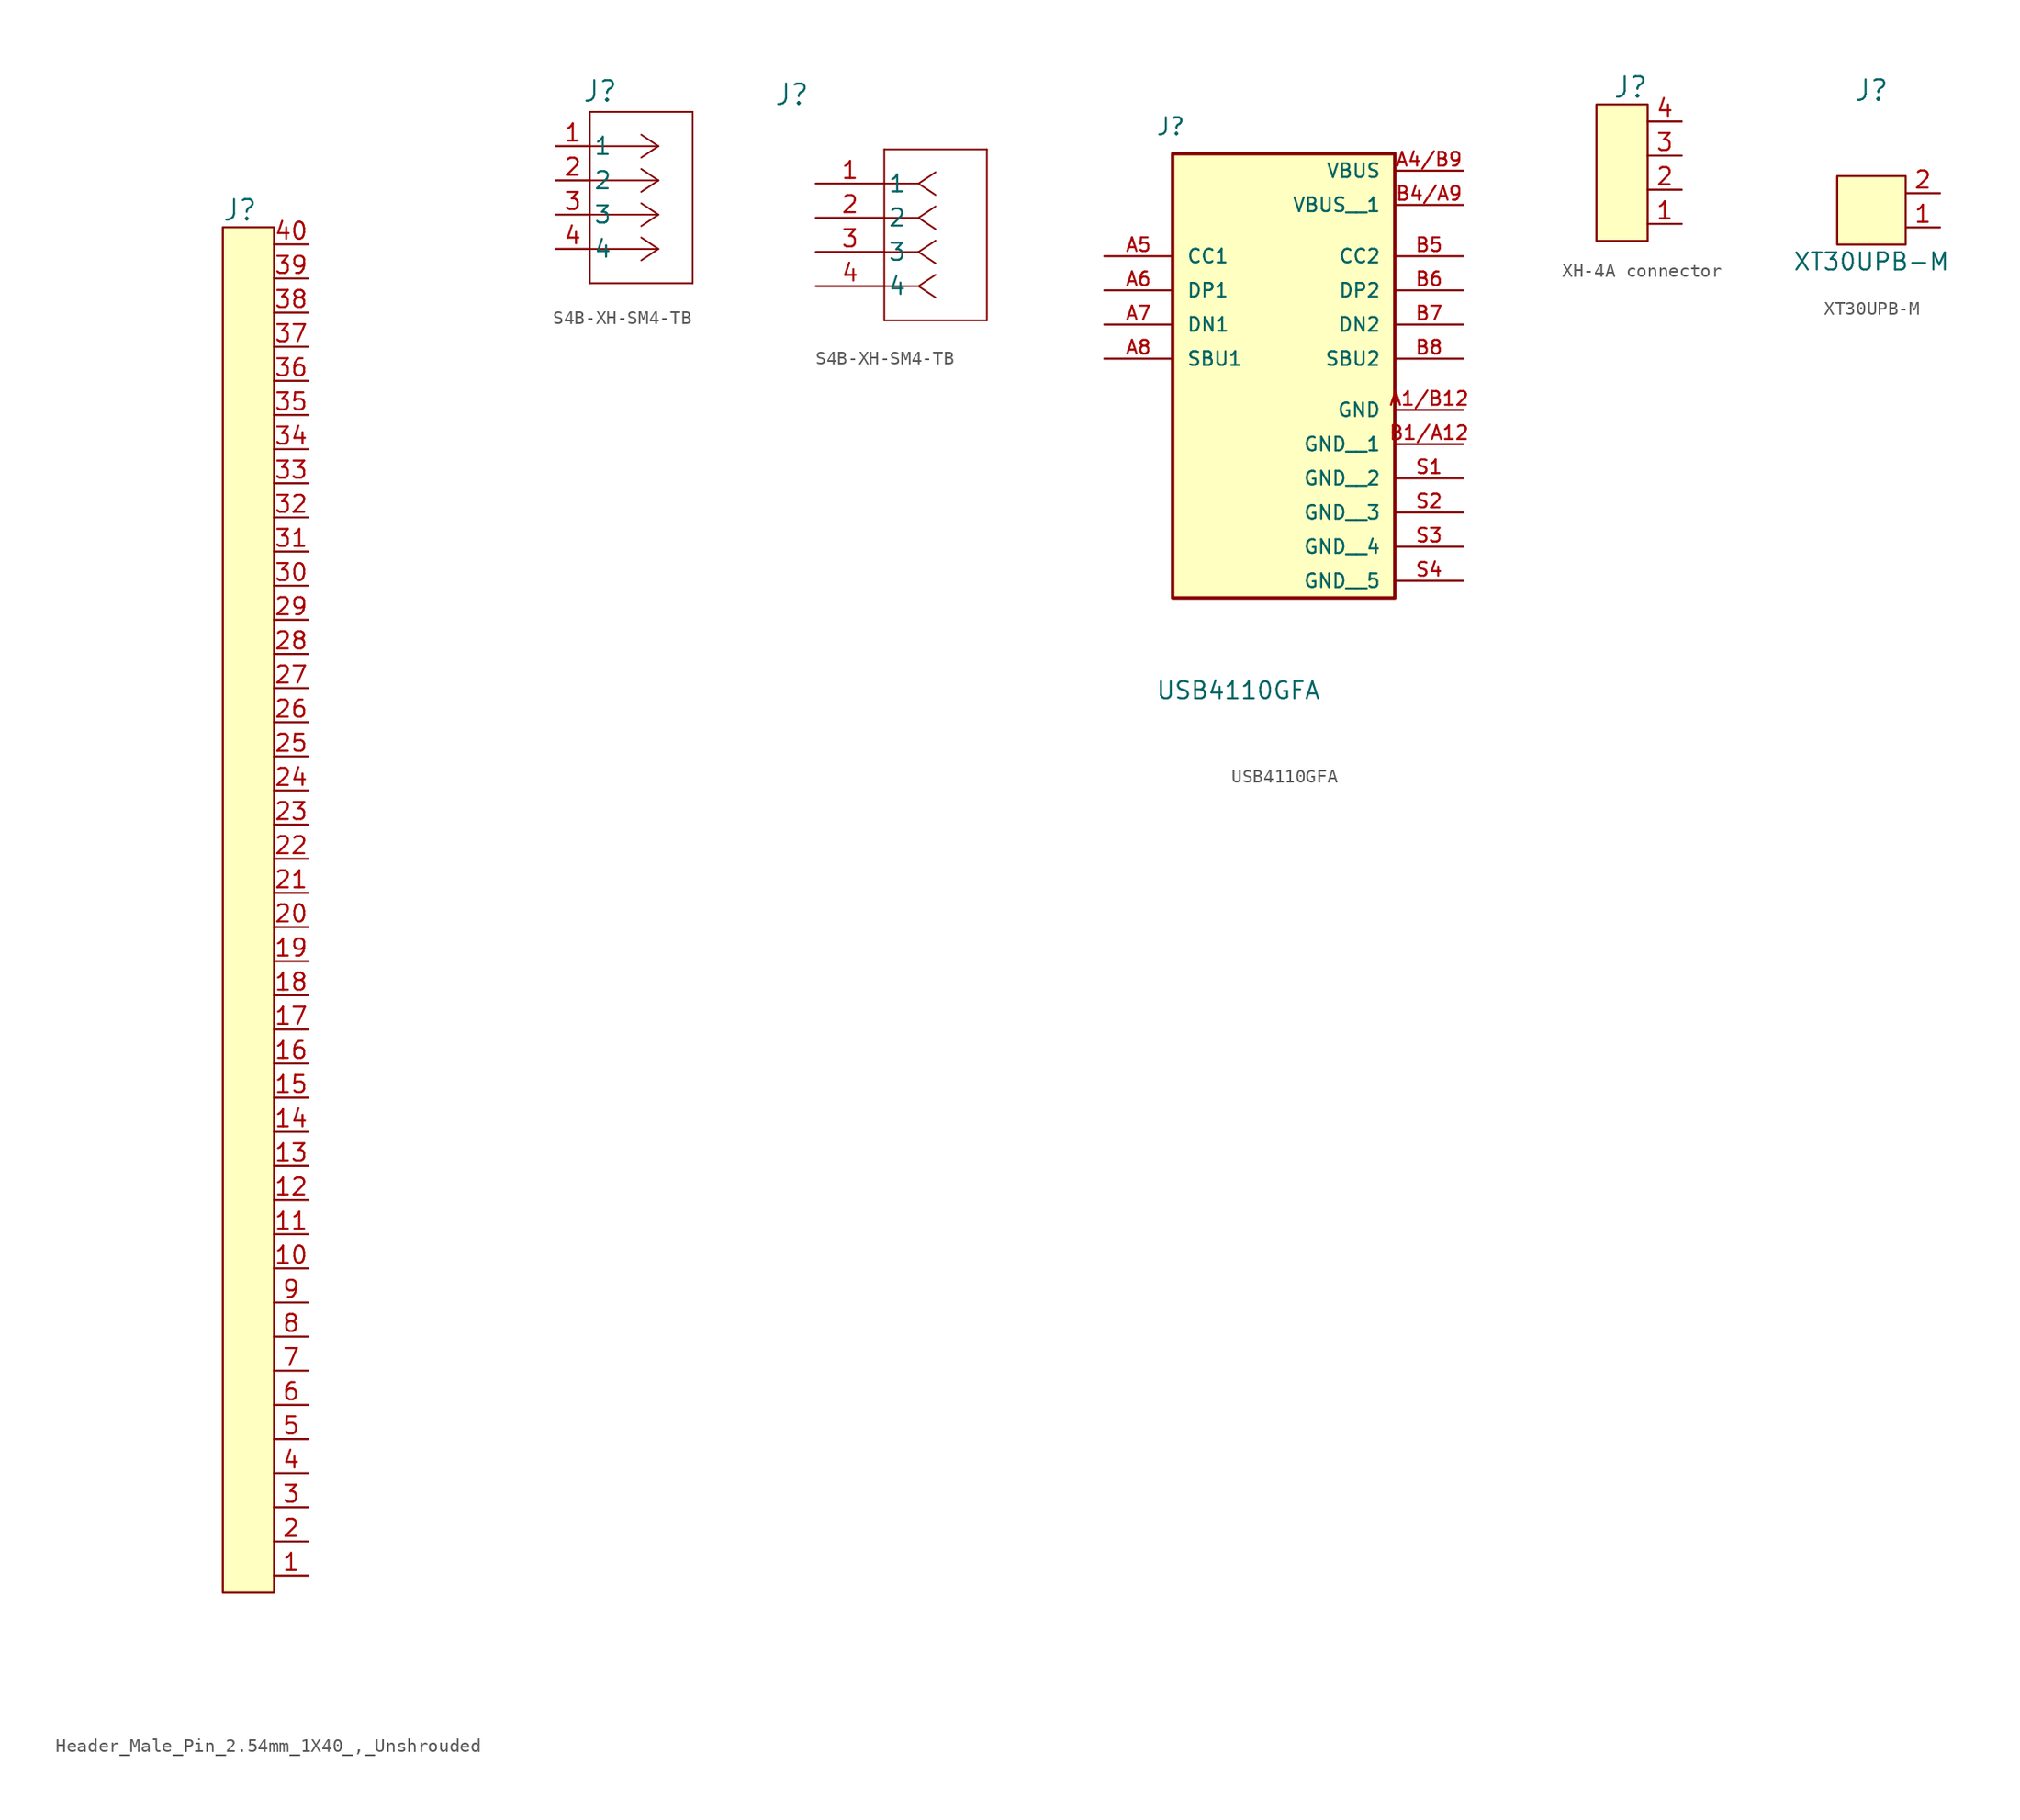
<source format=kicad_sym>
(kicad_symbol_lib
  (version 20241209)
  (generator "kicad_symbol_editor")
  (generator_version "9.0")
  (symbol "Header_Male_Pin_2.54mm_1X40_,_Unshrouded"
    (pin_names
      (offset 0)
      (hide yes))
    (property "Reference" "J"
      (at -2.54 101.6 0)
      (effects (font (size 1.524 1.524))))
    (symbol "Header_Male_Pin_2.54mm_1X40_,_Unshrouded_0_0"
      (rectangle (start -3.81 100.33) (end 0 -1.27) (stroke (width 0) (type default)) (fill (type background))))
    (symbol "Header_Male_Pin_2.54mm_1X40_,_Unshrouded_1_1"
      (pin passive line (at 2.54 99.06 180) (length 2.54) (name "~" (effects (font (size 1.27 1.27)))) (number "40" (effects (font (size 1.27 1.27)))))
      (pin passive line (at 2.54 96.52 180) (length 2.54) (name "~" (effects (font (size 1.27 1.27)))) (number "39" (effects (font (size 1.27 1.27)))))
      (pin passive line (at 2.54 93.98 180) (length 2.54) (name "~" (effects (font (size 1.27 1.27)))) (number "38" (effects (font (size 1.27 1.27)))))
      (pin passive line (at 2.54 91.44 180) (length 2.54) (name "~" (effects (font (size 1.27 1.27)))) (number "37" (effects (font (size 1.27 1.27)))))
      (pin passive line (at 2.54 88.9 180) (length 2.54) (name "~" (effects (font (size 1.27 1.27)))) (number "36" (effects (font (size 1.27 1.27)))))
      (pin passive line (at 2.54 86.36 180) (length 2.54) (name "~" (effects (font (size 1.27 1.27)))) (number "35" (effects (font (size 1.27 1.27)))))
      (pin passive line (at 2.54 83.82 180) (length 2.54) (name "~" (effects (font (size 1.27 1.27)))) (number "34" (effects (font (size 1.27 1.27)))))
      (pin passive line (at 2.54 81.28 180) (length 2.54) (name "~" (effects (font (size 1.27 1.27)))) (number "33" (effects (font (size 1.27 1.27)))))
      (pin passive line (at 2.54 78.74 180) (length 2.54) (name "~" (effects (font (size 1.27 1.27)))) (number "32" (effects (font (size 1.27 1.27)))))
      (pin passive line (at 2.54 76.2 180) (length 2.54) (name "~" (effects (font (size 1.27 1.27)))) (number "31" (effects (font (size 1.27 1.27)))))
      (pin passive line (at 2.54 73.66 180) (length 2.54) (name "~" (effects (font (size 1.27 1.27)))) (number "30" (effects (font (size 1.27 1.27)))))
      (pin passive line (at 2.54 71.12 180) (length 2.54) (name "~" (effects (font (size 1.27 1.27)))) (number "29" (effects (font (size 1.27 1.27)))))
      (pin passive line (at 2.54 68.58 180) (length 2.54) (name "~" (effects (font (size 1.27 1.27)))) (number "28" (effects (font (size 1.27 1.27)))))
      (pin passive line (at 2.54 66.04 180) (length 2.54) (name "~" (effects (font (size 1.27 1.27)))) (number "27" (effects (font (size 1.27 1.27)))))
      (pin passive line (at 2.54 63.5 180) (length 2.54) (name "~" (effects (font (size 1.27 1.27)))) (number "26" (effects (font (size 1.27 1.27)))))
      (pin passive line (at 2.54 60.96 180) (length 2.54) (name "~" (effects (font (size 1.27 1.27)))) (number "25" (effects (font (size 1.27 1.27)))))
      (pin passive line (at 2.54 58.42 180) (length 2.54) (name "~" (effects (font (size 1.27 1.27)))) (number "24" (effects (font (size 1.27 1.27)))))
      (pin passive line (at 2.54 55.88 180) (length 2.54) (name "~" (effects (font (size 1.27 1.27)))) (number "23" (effects (font (size 1.27 1.27)))))
      (pin passive line (at 2.54 53.34 180) (length 2.54) (name "~" (effects (font (size 1.27 1.27)))) (number "22" (effects (font (size 1.27 1.27)))))
      (pin passive line (at 2.54 50.8 180) (length 2.54) (name "~" (effects (font (size 1.27 1.27)))) (number "21" (effects (font (size 1.27 1.27)))))
      (pin passive line (at 2.54 48.26 180) (length 2.54) (name "~" (effects (font (size 1.27 1.27)))) (number "20" (effects (font (size 1.27 1.27)))))
      (pin passive line (at 2.54 45.72 180) (length 2.54) (name "~" (effects (font (size 1.27 1.27)))) (number "19" (effects (font (size 1.27 1.27)))))
      (pin passive line (at 2.54 43.18 180) (length 2.54) (name "~" (effects (font (size 1.27 1.27)))) (number "18" (effects (font (size 1.27 1.27)))))
      (pin passive line (at 2.54 40.64 180) (length 2.54) (name "~" (effects (font (size 1.27 1.27)))) (number "17" (effects (font (size 1.27 1.27)))))
      (pin passive line (at 2.54 38.1 180) (length 2.54) (name "~" (effects (font (size 1.27 1.27)))) (number "16" (effects (font (size 1.27 1.27)))))
      (pin passive line (at 2.54 35.56 180) (length 2.54) (name "~" (effects (font (size 1.27 1.27)))) (number "15" (effects (font (size 1.27 1.27)))))
      (pin passive line (at 2.54 33.02 180) (length 2.54) (name "~" (effects (font (size 1.27 1.27)))) (number "14" (effects (font (size 1.27 1.27)))))
      (pin passive line (at 2.54 30.48 180) (length 2.54) (name "~" (effects (font (size 1.27 1.27)))) (number "13" (effects (font (size 1.27 1.27)))))
      (pin passive line (at 2.54 27.94 180) (length 2.54) (name "~" (effects (font (size 1.27 1.27)))) (number "12" (effects (font (size 1.27 1.27)))))
      (pin passive line (at 2.54 25.4 180) (length 2.54) (name "~" (effects (font (size 1.27 1.27)))) (number "11" (effects (font (size 1.27 1.27)))))
      (pin passive line (at 2.54 22.86 180) (length 2.54) (name "~" (effects (font (size 1.27 1.27)))) (number "10" (effects (font (size 1.27 1.27)))))
      (pin passive line (at 2.54 20.32 180) (length 2.54) (name "~" (effects (font (size 1.27 1.27)))) (number "9" (effects (font (size 1.27 1.27)))))
      (pin passive line (at 2.54 17.78 180) (length 2.54) (name "~" (effects (font (size 1.27 1.27)))) (number "8" (effects (font (size 1.27 1.27)))))
      (pin passive line (at 2.54 15.24 180) (length 2.54) (name "~" (effects (font (size 1.27 1.27)))) (number "7" (effects (font (size 1.27 1.27)))))
      (pin passive line (at 2.54 12.7 180) (length 2.54) (name "~" (effects (font (size 1.27 1.27)))) (number "6" (effects (font (size 1.27 1.27)))))
      (pin passive line (at 2.54 10.16 180) (length 2.54) (name "~" (effects (font (size 1.27 1.27)))) (number "5" (effects (font (size 1.27 1.27)))))
      (pin passive line (at 2.54 7.62 180) (length 2.54) (name "~" (effects (font (size 1.27 1.27)))) (number "4" (effects (font (size 1.27 1.27)))))
      (pin passive line (at 2.54 5.08 180) (length 2.54) (name "~" (effects (font (size 1.27 1.27)))) (number "3" (effects (font (size 1.27 1.27)))))
      (pin passive line (at 2.54 2.54 180) (length 2.54) (name "~" (effects (font (size 1.27 1.27)))) (number "2" (effects (font (size 1.27 1.27)))))
      (pin passive line (at 2.54 0 180) (length 2.54) (name "~" (effects (font (size 1.016 1.016)))) (number "1" (effects (font (size 1.27 1.27)))))))
  (symbol "S4B-XH-SM4-TB"
    (pin_names
      (offset 0.254))
    (property "Reference" "J"
      (at -1.778 6.604 0)
      (effects (font (size 1.524 1.524))))
    (symbol "S4B-XH-SM4-TB_1_1"
      (polyline (pts (xy -2.54 5.08) (xy -2.54 -7.62)) (stroke (width 0.127) (type default)) (fill (type none)))
      (polyline (pts (xy -2.54 -7.62) (xy 5.08 -7.62)) (stroke (width 0.127) (type default)) (fill (type none)))
      (polyline (pts (xy 2.54 2.54) (xy -2.54 2.54)) (stroke (width 0.127) (type default)) (fill (type none)))
      (polyline (pts (xy 2.54 2.54) (xy 1.27 3.387)) (stroke (width 0.127) (type default)) (fill (type none)))
      (polyline (pts (xy 2.54 2.54) (xy 1.27 1.693)) (stroke (width 0.127) (type default)) (fill (type none)))
      (polyline (pts (xy 2.54 0) (xy -2.54 0)) (stroke (width 0.127) (type default)) (fill (type none)))
      (polyline (pts (xy 2.54 0) (xy 1.27 0.847)) (stroke (width 0.127) (type default)) (fill (type none)))
      (polyline (pts (xy 2.54 0) (xy 1.27 -0.847)) (stroke (width 0.127) (type default)) (fill (type none)))
      (polyline (pts (xy 2.54 -2.54) (xy -2.54 -2.54)) (stroke (width 0.127) (type default)) (fill (type none)))
      (polyline (pts (xy 2.54 -2.54) (xy 1.27 -1.693)) (stroke (width 0.127) (type default)) (fill (type none)))
      (polyline (pts (xy 2.54 -2.54) (xy 1.27 -3.387)) (stroke (width 0.127) (type default)) (fill (type none)))
      (polyline (pts (xy 2.54 -5.08) (xy -2.54 -5.08)) (stroke (width 0.127) (type default)) (fill (type none)))
      (polyline (pts (xy 2.54 -5.08) (xy 1.27 -4.233)) (stroke (width 0.127) (type default)) (fill (type none)))
      (polyline (pts (xy 2.54 -5.08) (xy 1.27 -5.927)) (stroke (width 0.127) (type default)) (fill (type none)))
      (polyline (pts (xy 5.08 5.08) (xy -2.54 5.08)) (stroke (width 0.127) (type default)) (fill (type none)))
      (polyline (pts (xy 5.08 -7.62) (xy 5.08 5.08)) (stroke (width 0.127) (type default)) (fill (type none)))
      (pin passive line (at -5.08 2.54 0) (length 2.54) (name "1" (effects (font (size 1.27 1.27)))) (number "1" (effects (font (size 1.27 1.27)))))
      (pin passive line (at -5.08 0 0) (length 2.54) (name "2" (effects (font (size 1.27 1.27)))) (number "2" (effects (font (size 1.27 1.27)))))
      (pin passive line (at -5.08 -2.54 0) (length 2.54) (name "3" (effects (font (size 1.27 1.27)))) (number "3" (effects (font (size 1.27 1.27)))))
      (pin passive line (at -5.08 -5.08 0) (length 2.54) (name "4" (effects (font (size 1.27 1.27)))) (number "4" (effects (font (size 1.27 1.27))))))
    (symbol "S4B-XH-SM4-TB_1_2"
      (polyline (pts (xy 5.08 2.54) (xy 5.08 -10.16)) (stroke (width 0.127) (type default)) (fill (type none)))
      (polyline (pts (xy 5.08 -10.16) (xy 12.7 -10.16)) (stroke (width 0.127) (type default)) (fill (type none)))
      (polyline (pts (xy 7.62 0) (xy 5.08 0)) (stroke (width 0.127) (type default)) (fill (type none)))
      (polyline (pts (xy 7.62 0) (xy 8.89 0.847)) (stroke (width 0.127) (type default)) (fill (type none)))
      (polyline (pts (xy 7.62 0) (xy 8.89 -0.847)) (stroke (width 0.127) (type default)) (fill (type none)))
      (polyline (pts (xy 7.62 -2.54) (xy 5.08 -2.54)) (stroke (width 0.127) (type default)) (fill (type none)))
      (polyline (pts (xy 7.62 -2.54) (xy 8.89 -1.693)) (stroke (width 0.127) (type default)) (fill (type none)))
      (polyline (pts (xy 7.62 -2.54) (xy 8.89 -3.387)) (stroke (width 0.127) (type default)) (fill (type none)))
      (polyline (pts (xy 7.62 -5.08) (xy 5.08 -5.08)) (stroke (width 0.127) (type default)) (fill (type none)))
      (polyline (pts (xy 7.62 -5.08) (xy 8.89 -4.233)) (stroke (width 0.127) (type default)) (fill (type none)))
      (polyline (pts (xy 7.62 -5.08) (xy 8.89 -5.927)) (stroke (width 0.127) (type default)) (fill (type none)))
      (polyline (pts (xy 7.62 -7.62) (xy 5.08 -7.62)) (stroke (width 0.127) (type default)) (fill (type none)))
      (polyline (pts (xy 7.62 -7.62) (xy 8.89 -6.773)) (stroke (width 0.127) (type default)) (fill (type none)))
      (polyline (pts (xy 7.62 -7.62) (xy 8.89 -8.467)) (stroke (width 0.127) (type default)) (fill (type none)))
      (polyline (pts (xy 12.7 2.54) (xy 5.08 2.54)) (stroke (width 0.127) (type default)) (fill (type none)))
      (polyline (pts (xy 12.7 -10.16) (xy 12.7 2.54)) (stroke (width 0.127) (type default)) (fill (type none)))
      (pin unspecified line (at 0 0 0) (length 5.08) (name "1" (effects (font (size 1.27 1.27)))) (number "1" (effects (font (size 1.27 1.27)))))
      (pin unspecified line (at 0 -2.54 0) (length 5.08) (name "2" (effects (font (size 1.27 1.27)))) (number "2" (effects (font (size 1.27 1.27)))))
      (pin unspecified line (at 0 -5.08 0) (length 5.08) (name "3" (effects (font (size 1.27 1.27)))) (number "3" (effects (font (size 1.27 1.27)))))
      (pin unspecified line (at 0 -7.62 0) (length 5.08) (name "4" (effects (font (size 1.27 1.27)))) (number "4" (effects (font (size 1.27 1.27)))))))
  (symbol "USB4110GFA"
    (pin_names
      (offset 1.016))
    (property "Reference" "J"
      (at -12.7 11.43 0)
      (effects (font (size 1.27 1.27)) (justify left bottom)))
    (property "Value" "USB4110GFA"
      (at -12.7 -30.48 0)
      (effects (font (size 1.27 1.27)) (justify left bottom)))
    (symbol "USB4110GFA_0_0"
      (rectangle (start -11.43 10.16) (end 5.08 -22.86) (stroke (width 0.254) (type default)) (fill (type background)))
      (pin bidirectional line (at -16.51 2.54 0) (length 5.08) (name "CC1" (effects (font (size 1.016 1.016)))) (number "A5" (effects (font (size 1.016 1.016)))))
      (pin bidirectional line (at -16.51 0 0) (length 5.08) (name "DP1" (effects (font (size 1.016 1.016)))) (number "A6" (effects (font (size 1.016 1.016)))))
      (pin bidirectional line (at -16.51 -2.54 0) (length 5.08) (name "DN1" (effects (font (size 1.016 1.016)))) (number "A7" (effects (font (size 1.016 1.016)))))
      (pin bidirectional line (at -16.51 -5.08 0) (length 5.08) (name "SBU1" (effects (font (size 1.016 1.016)))) (number "A8" (effects (font (size 1.016 1.016)))))
      (pin power_in line (at 10.16 8.89 180) (length 5.08) (name "VBUS" (effects (font (size 1.016 1.016)))) (number "A4/B9" (effects (font (size 1.016 1.016)))))
      (pin power_in line (at 10.16 6.35 180) (length 5.08) (name "VBUS__1" (effects (font (size 1.016 1.016)))) (number "B4/A9" (effects (font (size 1.016 1.016)))))
      (pin bidirectional line (at 10.16 2.54 180) (length 5.08) (name "CC2" (effects (font (size 1.016 1.016)))) (number "B5" (effects (font (size 1.016 1.016)))))
      (pin bidirectional line (at 10.16 0 180) (length 5.08) (name "DP2" (effects (font (size 1.016 1.016)))) (number "B6" (effects (font (size 1.016 1.016)))))
      (pin bidirectional line (at 10.16 -2.54 180) (length 5.08) (name "DN2" (effects (font (size 1.016 1.016)))) (number "B7" (effects (font (size 1.016 1.016)))))
      (pin bidirectional line (at 10.16 -5.08 180) (length 5.08) (name "SBU2" (effects (font (size 1.016 1.016)))) (number "B8" (effects (font (size 1.016 1.016)))))
      (pin power_in line (at 10.16 -8.89 180) (length 5.08) (name "GND" (effects (font (size 1.016 1.016)))) (number "A1/B12" (effects (font (size 1.016 1.016)))))
      (pin power_in line (at 10.16 -11.43 180) (length 5.08) (name "GND__1" (effects (font (size 1.016 1.016)))) (number "B1/A12" (effects (font (size 1.016 1.016)))))
      (pin power_in line (at 10.16 -13.97 180) (length 5.08) (name "GND__2" (effects (font (size 1.016 1.016)))) (number "S1" (effects (font (size 1.016 1.016)))))
      (pin power_in line (at 10.16 -16.51 180) (length 5.08) (name "GND__3" (effects (font (size 1.016 1.016)))) (number "S2" (effects (font (size 1.016 1.016)))))
      (pin power_in line (at 10.16 -19.05 180) (length 5.08) (name "GND__4" (effects (font (size 1.016 1.016)))) (number "S3" (effects (font (size 1.016 1.016)))))
      (pin power_in line (at 10.16 -21.59 180) (length 5.08) (name "GND__5" (effects (font (size 1.016 1.016)))) (number "S4" (effects (font (size 1.016 1.016)))))))
  (symbol "XH-4A connector"
    (pin_names
      (offset 0)
      (hide yes))
    (property "Reference" "J"
      (at -1.27 10.16 0)
      (effects (font (size 1.524 1.524))))
    (symbol "XH-4A connector_0_0"
      (rectangle (start -3.81 8.89) (end 0 -1.27) (stroke (width 0) (type default)) (fill (type background))))
    (symbol "XH-4A connector_1_1"
      (pin passive line (at 2.54 7.62 180) (length 2.54) (name "~" (effects (font (size 1.27 1.27)))) (number "4" (effects (font (size 1.27 1.27)))))
      (pin passive line (at 2.54 5.08 180) (length 2.54) (name "~" (effects (font (size 1.27 1.27)))) (number "3" (effects (font (size 1.27 1.27)))))
      (pin passive line (at 2.54 2.54 180) (length 2.54) (name "~" (effects (font (size 1.27 1.27)))) (number "2" (effects (font (size 1.27 1.27)))))
      (pin passive line (at 2.54 0 180) (length 2.54) (name "~" (effects (font (size 1.016 1.016)))) (number "1" (effects (font (size 1.27 1.27)))))))
  (symbol "XT30UPB-M"
    (pin_names
      (offset 0)
      (hide yes))
    (property "Reference" "J"
      (at 0 8.89 0)
      (effects (font (size 1.524 1.524))))
    (property "Value" "XT30UPB-M"
      (at 0 -3.81 0)
      (effects (font (size 1.27 1.27))))
    (symbol "XT30UPB-M_0_1"
      (rectangle (start -2.54 2.54) (end 2.54 -2.54) (stroke (width 0) (type default)) (fill (type background))))
    (symbol "XT30UPB-M_1_1"
      (pin passive line (at 5.08 1.27 180) (length 2.54) (name "2" (effects (font (size 1.27 1.27)))) (number "2" (effects (font (size 1.27 1.27)))))
      (pin passive line (at 5.08 -1.27 180) (length 2.54) (name "1" (effects (font (size 1.27 1.27)))) (number "1" (effects (font (size 1.27 1.27))))))))
</source>
